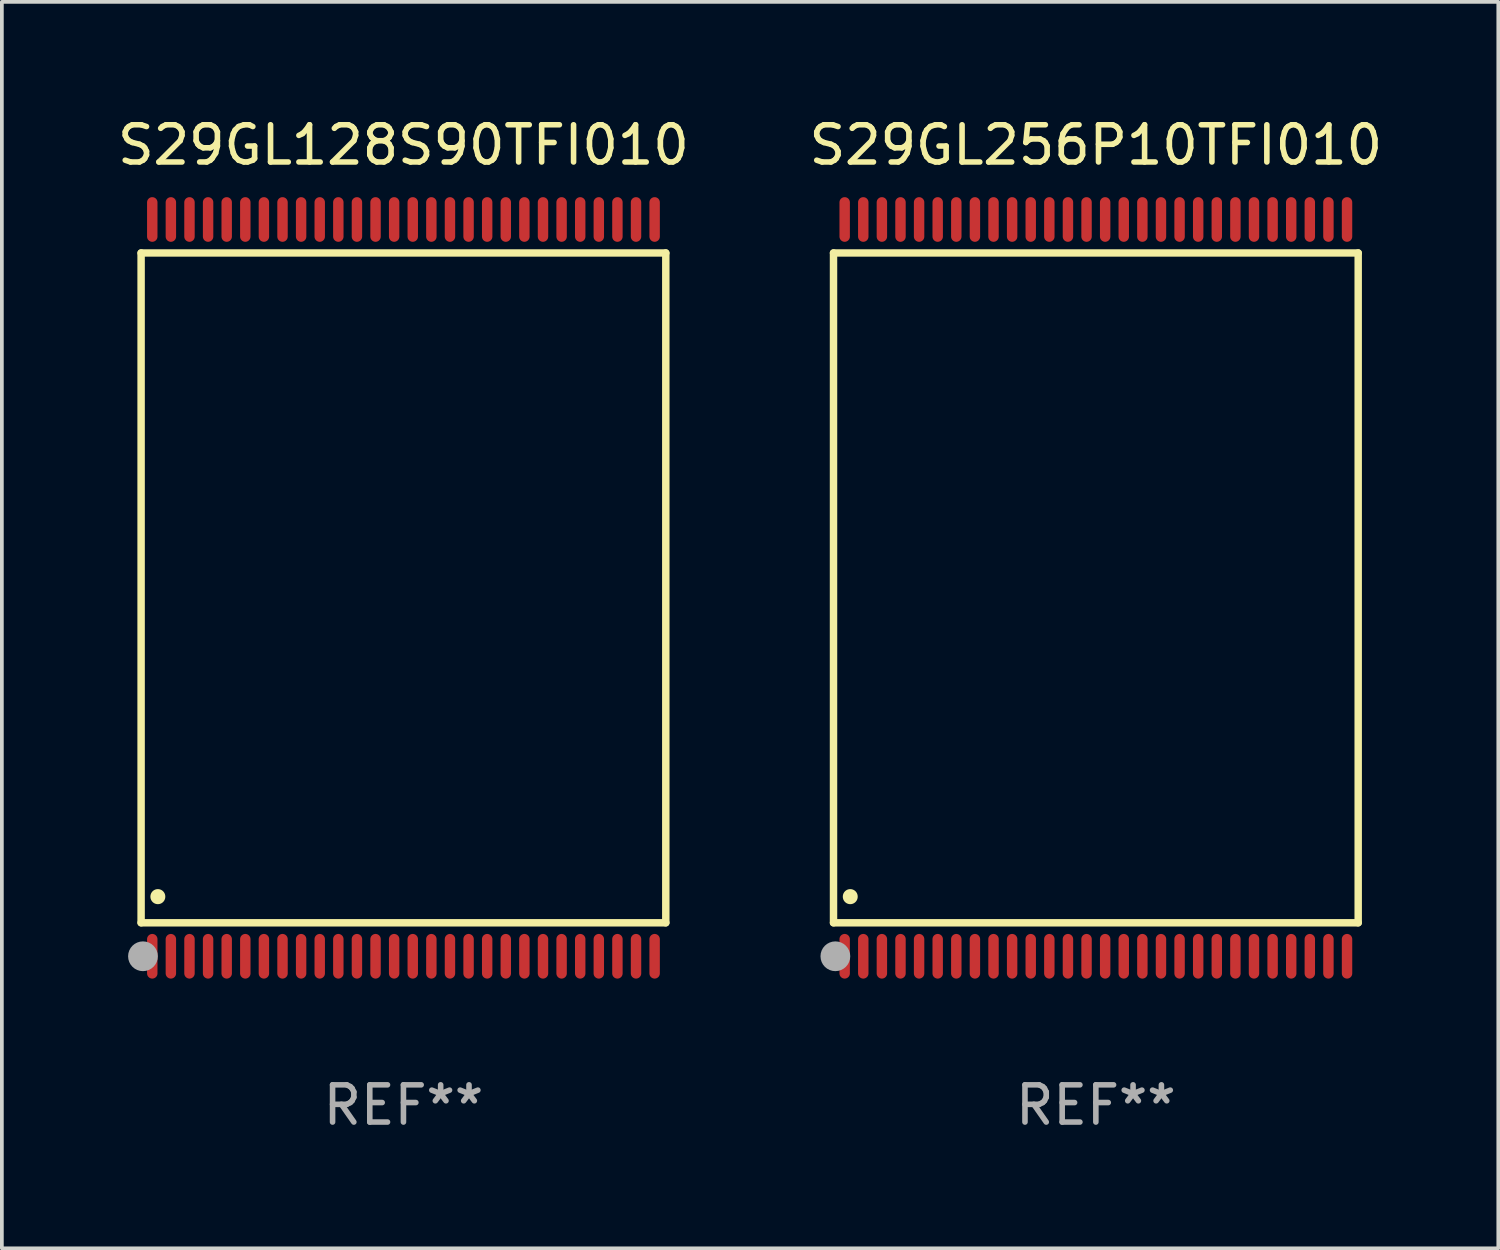
<source format=kicad_pcb>
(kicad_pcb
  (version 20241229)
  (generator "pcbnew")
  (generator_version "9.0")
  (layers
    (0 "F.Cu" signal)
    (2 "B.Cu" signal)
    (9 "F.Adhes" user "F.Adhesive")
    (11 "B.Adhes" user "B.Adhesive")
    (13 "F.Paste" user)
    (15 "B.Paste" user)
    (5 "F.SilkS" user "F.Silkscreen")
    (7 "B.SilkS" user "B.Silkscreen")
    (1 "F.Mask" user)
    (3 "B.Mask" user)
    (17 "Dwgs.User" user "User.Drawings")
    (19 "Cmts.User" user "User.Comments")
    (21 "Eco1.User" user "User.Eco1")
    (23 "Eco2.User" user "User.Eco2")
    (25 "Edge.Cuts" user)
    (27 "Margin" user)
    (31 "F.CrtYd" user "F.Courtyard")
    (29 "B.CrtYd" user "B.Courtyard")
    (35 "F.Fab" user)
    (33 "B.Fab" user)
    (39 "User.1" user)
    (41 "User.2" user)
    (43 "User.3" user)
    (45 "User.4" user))
  (footprint "S29GL128S90TFI010"
    (layer "F.Cu")
    (at 7.792 12.748)
    (property "Reference" "S29GL128S90TFI010" (at 0 -11.9 0) (layer "F.SilkS") (effects (font (size 1 1) (thickness 0.15))))
    (attr through_hole)
    (fp_line (start -7.05 -9) (end 7.05 -9) (stroke (width 0.2) (type solid)) (layer "F.SilkS"))
    (fp_line (start -7.05 9) (end -7.05 -9) (stroke (width 0.2) (type solid)) (layer "F.SilkS"))
    (fp_line (start 7.05 9) (end -7.05 9) (stroke (width 0.2) (type solid)) (layer "F.SilkS"))
    (fp_line (start 7.05 9) (end 7.05 -9) (stroke (width 0.2) (type solid)) (layer "F.SilkS"))
    (fp_arc (start -6.600025 8.300025) (mid -6.600041 8.297485) (end -6.600025 8.294945) (stroke (width 0.4) (type solid)) (layer "F.SilkS"))
    (fp_circle (center -7 10) (end -6.97 10) (stroke (width 0.06) (type solid)) (fill no) (layer "F.SilkS"))
    (fp_circle (center -7 9.9) (end -6.8 9.9) (stroke (width 0.4) (type solid)) (fill no) (layer "F.Fab"))
    (fp_text user "REF**" (at 0 13.9 0) (layer "F.Fab") (effects (font (size 1 1) (thickness 0.15))))
    (pad "1" smd oval (at -6.75 9.9) (size 0.28 1.2) (layers "F.Cu" "F.Mask" "F.Paste"))
    (pad "2" smd oval (at -6.25 9.9) (size 0.28 1.2) (layers "F.Cu" "F.Mask" "F.Paste"))
    (pad "3" smd oval (at -5.75 9.9) (size 0.28 1.2) (layers "F.Cu" "F.Mask" "F.Paste"))
    (pad "4" smd oval (at -5.25 9.9) (size 0.28 1.2) (layers "F.Cu" "F.Mask" "F.Paste"))
    (pad "5" smd oval (at -4.75 9.9) (size 0.28 1.2) (layers "F.Cu" "F.Mask" "F.Paste"))
    (pad "6" smd oval (at -4.25 9.9) (size 0.28 1.2) (layers "F.Cu" "F.Mask" "F.Paste"))
    (pad "7" smd oval (at -3.75 9.9) (size 0.28 1.2) (layers "F.Cu" "F.Mask" "F.Paste"))
    (pad "8" smd oval (at -3.25 9.9) (size 0.28 1.2) (layers "F.Cu" "F.Mask" "F.Paste"))
    (pad "9" smd oval (at -2.75 9.9) (size 0.28 1.2) (layers "F.Cu" "F.Mask" "F.Paste"))
    (pad "10" smd oval (at -2.25 9.9) (size 0.28 1.2) (layers "F.Cu" "F.Mask" "F.Paste"))
    (pad "11" smd oval (at -1.75 9.9) (size 0.28 1.2) (layers "F.Cu" "F.Mask" "F.Paste"))
    (pad "12" smd oval (at -1.25 9.9) (size 0.28 1.2) (layers "F.Cu" "F.Mask" "F.Paste"))
    (pad "13" smd oval (at -0.75 9.9) (size 0.28 1.2) (layers "F.Cu" "F.Mask" "F.Paste"))
    (pad "14" smd oval (at -0.25 9.9) (size 0.28 1.2) (layers "F.Cu" "F.Mask" "F.Paste"))
    (pad "15" smd oval (at 0.25 9.9) (size 0.28 1.2) (layers "F.Cu" "F.Mask" "F.Paste"))
    (pad "16" smd oval (at 0.75 9.9) (size 0.28 1.2) (layers "F.Cu" "F.Mask" "F.Paste"))
    (pad "17" smd oval (at 1.25 9.9) (size 0.28 1.2) (layers "F.Cu" "F.Mask" "F.Paste"))
    (pad "18" smd oval (at 1.75 9.9) (size 0.28 1.2) (layers "F.Cu" "F.Mask" "F.Paste"))
    (pad "19" smd oval (at 2.25 9.9) (size 0.28 1.2) (layers "F.Cu" "F.Mask" "F.Paste"))
    (pad "20" smd oval (at 2.75 9.9) (size 0.28 1.2) (layers "F.Cu" "F.Mask" "F.Paste"))
    (pad "21" smd oval (at 3.25 9.9) (size 0.28 1.2) (layers "F.Cu" "F.Mask" "F.Paste"))
    (pad "22" smd oval (at 3.75 9.9) (size 0.28 1.2) (layers "F.Cu" "F.Mask" "F.Paste"))
    (pad "23" smd oval (at 4.25 9.9) (size 0.28 1.2) (layers "F.Cu" "F.Mask" "F.Paste"))
    (pad "24" smd oval (at 4.75 9.9) (size 0.28 1.2) (layers "F.Cu" "F.Mask" "F.Paste"))
    (pad "25" smd oval (at 5.25 9.9) (size 0.28 1.2) (layers "F.Cu" "F.Mask" "F.Paste"))
    (pad "26" smd oval (at 5.75 9.9) (size 0.28 1.2) (layers "F.Cu" "F.Mask" "F.Paste"))
    (pad "27" smd oval (at 6.25 9.9) (size 0.28 1.2) (layers "F.Cu" "F.Mask" "F.Paste"))
    (pad "28" smd oval (at 6.75 9.9) (size 0.28 1.2) (layers "F.Cu" "F.Mask" "F.Paste"))
    (pad "29" smd oval (at 6.75 -9.9) (size 0.28 1.2) (layers "F.Cu" "F.Mask" "F.Paste"))
    (pad "30" smd oval (at 6.25 -9.9) (size 0.28 1.2) (layers "F.Cu" "F.Mask" "F.Paste"))
    (pad "31" smd oval (at 5.75 -9.9) (size 0.28 1.2) (layers "F.Cu" "F.Mask" "F.Paste"))
    (pad "32" smd oval (at 5.25 -9.9) (size 0.28 1.2) (layers "F.Cu" "F.Mask" "F.Paste"))
    (pad "33" smd oval (at 4.75 -9.9) (size 0.28 1.2) (layers "F.Cu" "F.Mask" "F.Paste"))
    (pad "34" smd oval (at 4.25 -9.9) (size 0.28 1.2) (layers "F.Cu" "F.Mask" "F.Paste"))
    (pad "35" smd oval (at 3.75 -9.9) (size 0.28 1.2) (layers "F.Cu" "F.Mask" "F.Paste"))
    (pad "36" smd oval (at 3.25 -9.9) (size 0.28 1.2) (layers "F.Cu" "F.Mask" "F.Paste"))
    (pad "37" smd oval (at 2.75 -9.9) (size 0.28 1.2) (layers "F.Cu" "F.Mask" "F.Paste"))
    (pad "38" smd oval (at 2.25 -9.9) (size 0.28 1.2) (layers "F.Cu" "F.Mask" "F.Paste"))
    (pad "39" smd oval (at 1.75 -9.9) (size 0.28 1.2) (layers "F.Cu" "F.Mask" "F.Paste"))
    (pad "40" smd oval (at 1.25 -9.9) (size 0.28 1.2) (layers "F.Cu" "F.Mask" "F.Paste"))
    (pad "41" smd oval (at 0.75 -9.9) (size 0.28 1.2) (layers "F.Cu" "F.Mask" "F.Paste"))
    (pad "42" smd oval (at 0.25 -9.9) (size 0.28 1.2) (layers "F.Cu" "F.Mask" "F.Paste"))
    (pad "43" smd oval (at -0.25 -9.9) (size 0.28 1.2) (layers "F.Cu" "F.Mask" "F.Paste"))
    (pad "44" smd oval (at -0.75 -9.9) (size 0.28 1.2) (layers "F.Cu" "F.Mask" "F.Paste"))
    (pad "45" smd oval (at -1.25 -9.9) (size 0.28 1.2) (layers "F.Cu" "F.Mask" "F.Paste"))
    (pad "46" smd oval (at -1.75 -9.9) (size 0.28 1.2) (layers "F.Cu" "F.Mask" "F.Paste"))
    (pad "47" smd oval (at -2.25 -9.9) (size 0.28 1.2) (layers "F.Cu" "F.Mask" "F.Paste"))
    (pad "48" smd oval (at -2.75 -9.9) (size 0.28 1.2) (layers "F.Cu" "F.Mask" "F.Paste"))
    (pad "49" smd oval (at -3.25 -9.9) (size 0.28 1.2) (layers "F.Cu" "F.Mask" "F.Paste"))
    (pad "50" smd oval (at -3.75 -9.9) (size 0.28 1.2) (layers "F.Cu" "F.Mask" "F.Paste"))
    (pad "51" smd oval (at -4.25 -9.9) (size 0.28 1.2) (layers "F.Cu" "F.Mask" "F.Paste"))
    (pad "52" smd oval (at -4.75 -9.9) (size 0.28 1.2) (layers "F.Cu" "F.Mask" "F.Paste"))
    (pad "53" smd oval (at -5.25 -9.9) (size 0.28 1.2) (layers "F.Cu" "F.Mask" "F.Paste"))
    (pad "54" smd oval (at -5.75 -9.9) (size 0.28 1.2) (layers "F.Cu" "F.Mask" "F.Paste"))
    (pad "55" smd oval (at -6.25 -9.9) (size 0.28 1.2) (layers "F.Cu" "F.Mask" "F.Paste"))
    (pad "56" smd oval (at -6.75 -9.9) (size 0.28 1.2) (layers "F.Cu" "F.Mask" "F.Paste")))
  (footprint "S29GL256P10TFI010"
    (layer "F.Cu")
    (at 26.399 12.748)
    (property "Reference" "S29GL256P10TFI010" (at 0 -11.9 0) (layer "F.SilkS") (effects (font (size 1 1) (thickness 0.15))))
    (attr through_hole)
    (fp_line (start -7.05 -9) (end 7.05 -9) (stroke (width 0.2) (type solid)) (layer "F.SilkS"))
    (fp_line (start -7.05 9) (end -7.05 -9) (stroke (width 0.2) (type solid)) (layer "F.SilkS"))
    (fp_line (start 7.05 9) (end -7.05 9) (stroke (width 0.2) (type solid)) (layer "F.SilkS"))
    (fp_line (start 7.05 9) (end 7.05 -9) (stroke (width 0.2) (type solid)) (layer "F.SilkS"))
    (fp_arc (start -6.600025 8.300025) (mid -6.600041 8.297485) (end -6.600025 8.294945) (stroke (width 0.4) (type solid)) (layer "F.SilkS"))
    (fp_circle (center -7 10) (end -6.97 10) (stroke (width 0.06) (type solid)) (fill no) (layer "F.SilkS"))
    (fp_circle (center -7 9.9) (end -6.8 9.9) (stroke (width 0.4) (type solid)) (fill no) (layer "F.Fab"))
    (fp_text user "REF**" (at 0 13.9 0) (layer "F.Fab") (effects (font (size 1 1) (thickness 0.15))))
    (pad "1" smd oval (at -6.75 9.9) (size 0.28 1.2) (layers "F.Cu" "F.Mask" "F.Paste"))
    (pad "2" smd oval (at -6.25 9.9) (size 0.28 1.2) (layers "F.Cu" "F.Mask" "F.Paste"))
    (pad "3" smd oval (at -5.75 9.9) (size 0.28 1.2) (layers "F.Cu" "F.Mask" "F.Paste"))
    (pad "4" smd oval (at -5.25 9.9) (size 0.28 1.2) (layers "F.Cu" "F.Mask" "F.Paste"))
    (pad "5" smd oval (at -4.75 9.9) (size 0.28 1.2) (layers "F.Cu" "F.Mask" "F.Paste"))
    (pad "6" smd oval (at -4.25 9.9) (size 0.28 1.2) (layers "F.Cu" "F.Mask" "F.Paste"))
    (pad "7" smd oval (at -3.75 9.9) (size 0.28 1.2) (layers "F.Cu" "F.Mask" "F.Paste"))
    (pad "8" smd oval (at -3.25 9.9) (size 0.28 1.2) (layers "F.Cu" "F.Mask" "F.Paste"))
    (pad "9" smd oval (at -2.75 9.9) (size 0.28 1.2) (layers "F.Cu" "F.Mask" "F.Paste"))
    (pad "10" smd oval (at -2.25 9.9) (size 0.28 1.2) (layers "F.Cu" "F.Mask" "F.Paste"))
    (pad "11" smd oval (at -1.75 9.9) (size 0.28 1.2) (layers "F.Cu" "F.Mask" "F.Paste"))
    (pad "12" smd oval (at -1.25 9.9) (size 0.28 1.2) (layers "F.Cu" "F.Mask" "F.Paste"))
    (pad "13" smd oval (at -0.75 9.9) (size 0.28 1.2) (layers "F.Cu" "F.Mask" "F.Paste"))
    (pad "14" smd oval (at -0.25 9.9) (size 0.28 1.2) (layers "F.Cu" "F.Mask" "F.Paste"))
    (pad "15" smd oval (at 0.25 9.9) (size 0.28 1.2) (layers "F.Cu" "F.Mask" "F.Paste"))
    (pad "16" smd oval (at 0.75 9.9) (size 0.28 1.2) (layers "F.Cu" "F.Mask" "F.Paste"))
    (pad "17" smd oval (at 1.25 9.9) (size 0.28 1.2) (layers "F.Cu" "F.Mask" "F.Paste"))
    (pad "18" smd oval (at 1.75 9.9) (size 0.28 1.2) (layers "F.Cu" "F.Mask" "F.Paste"))
    (pad "19" smd oval (at 2.25 9.9) (size 0.28 1.2) (layers "F.Cu" "F.Mask" "F.Paste"))
    (pad "20" smd oval (at 2.75 9.9) (size 0.28 1.2) (layers "F.Cu" "F.Mask" "F.Paste"))
    (pad "21" smd oval (at 3.25 9.9) (size 0.28 1.2) (layers "F.Cu" "F.Mask" "F.Paste"))
    (pad "22" smd oval (at 3.75 9.9) (size 0.28 1.2) (layers "F.Cu" "F.Mask" "F.Paste"))
    (pad "23" smd oval (at 4.25 9.9) (size 0.28 1.2) (layers "F.Cu" "F.Mask" "F.Paste"))
    (pad "24" smd oval (at 4.75 9.9) (size 0.28 1.2) (layers "F.Cu" "F.Mask" "F.Paste"))
    (pad "25" smd oval (at 5.25 9.9) (size 0.28 1.2) (layers "F.Cu" "F.Mask" "F.Paste"))
    (pad "26" smd oval (at 5.75 9.9) (size 0.28 1.2) (layers "F.Cu" "F.Mask" "F.Paste"))
    (pad "27" smd oval (at 6.25 9.9) (size 0.28 1.2) (layers "F.Cu" "F.Mask" "F.Paste"))
    (pad "28" smd oval (at 6.75 9.9) (size 0.28 1.2) (layers "F.Cu" "F.Mask" "F.Paste"))
    (pad "29" smd oval (at 6.75 -9.9) (size 0.28 1.2) (layers "F.Cu" "F.Mask" "F.Paste"))
    (pad "30" smd oval (at 6.25 -9.9) (size 0.28 1.2) (layers "F.Cu" "F.Mask" "F.Paste"))
    (pad "31" smd oval (at 5.75 -9.9) (size 0.28 1.2) (layers "F.Cu" "F.Mask" "F.Paste"))
    (pad "32" smd oval (at 5.25 -9.9) (size 0.28 1.2) (layers "F.Cu" "F.Mask" "F.Paste"))
    (pad "33" smd oval (at 4.75 -9.9) (size 0.28 1.2) (layers "F.Cu" "F.Mask" "F.Paste"))
    (pad "34" smd oval (at 4.25 -9.9) (size 0.28 1.2) (layers "F.Cu" "F.Mask" "F.Paste"))
    (pad "35" smd oval (at 3.75 -9.9) (size 0.28 1.2) (layers "F.Cu" "F.Mask" "F.Paste"))
    (pad "36" smd oval (at 3.25 -9.9) (size 0.28 1.2) (layers "F.Cu" "F.Mask" "F.Paste"))
    (pad "37" smd oval (at 2.75 -9.9) (size 0.28 1.2) (layers "F.Cu" "F.Mask" "F.Paste"))
    (pad "38" smd oval (at 2.25 -9.9) (size 0.28 1.2) (layers "F.Cu" "F.Mask" "F.Paste"))
    (pad "39" smd oval (at 1.75 -9.9) (size 0.28 1.2) (layers "F.Cu" "F.Mask" "F.Paste"))
    (pad "40" smd oval (at 1.25 -9.9) (size 0.28 1.2) (layers "F.Cu" "F.Mask" "F.Paste"))
    (pad "41" smd oval (at 0.75 -9.9) (size 0.28 1.2) (layers "F.Cu" "F.Mask" "F.Paste"))
    (pad "42" smd oval (at 0.25 -9.9) (size 0.28 1.2) (layers "F.Cu" "F.Mask" "F.Paste"))
    (pad "43" smd oval (at -0.25 -9.9) (size 0.28 1.2) (layers "F.Cu" "F.Mask" "F.Paste"))
    (pad "44" smd oval (at -0.75 -9.9) (size 0.28 1.2) (layers "F.Cu" "F.Mask" "F.Paste"))
    (pad "45" smd oval (at -1.25 -9.9) (size 0.28 1.2) (layers "F.Cu" "F.Mask" "F.Paste"))
    (pad "46" smd oval (at -1.75 -9.9) (size 0.28 1.2) (layers "F.Cu" "F.Mask" "F.Paste"))
    (pad "47" smd oval (at -2.25 -9.9) (size 0.28 1.2) (layers "F.Cu" "F.Mask" "F.Paste"))
    (pad "48" smd oval (at -2.75 -9.9) (size 0.28 1.2) (layers "F.Cu" "F.Mask" "F.Paste"))
    (pad "49" smd oval (at -3.25 -9.9) (size 0.28 1.2) (layers "F.Cu" "F.Mask" "F.Paste"))
    (pad "50" smd oval (at -3.75 -9.9) (size 0.28 1.2) (layers "F.Cu" "F.Mask" "F.Paste"))
    (pad "51" smd oval (at -4.25 -9.9) (size 0.28 1.2) (layers "F.Cu" "F.Mask" "F.Paste"))
    (pad "52" smd oval (at -4.75 -9.9) (size 0.28 1.2) (layers "F.Cu" "F.Mask" "F.Paste"))
    (pad "53" smd oval (at -5.25 -9.9) (size 0.28 1.2) (layers "F.Cu" "F.Mask" "F.Paste"))
    (pad "54" smd oval (at -5.75 -9.9) (size 0.28 1.2) (layers "F.Cu" "F.Mask" "F.Paste"))
    (pad "55" smd oval (at -6.25 -9.9) (size 0.28 1.2) (layers "F.Cu" "F.Mask" "F.Paste"))
    (pad "56" smd oval (at -6.75 -9.9) (size 0.28 1.2) (layers "F.Cu" "F.Mask" "F.Paste")))
  (gr_rect
    (start -3 -3)
    (end 37.214 30.496)
    (stroke (width 0.1) (type default))
    (fill no)
    (layer "Edge.Cuts")))
</source>
